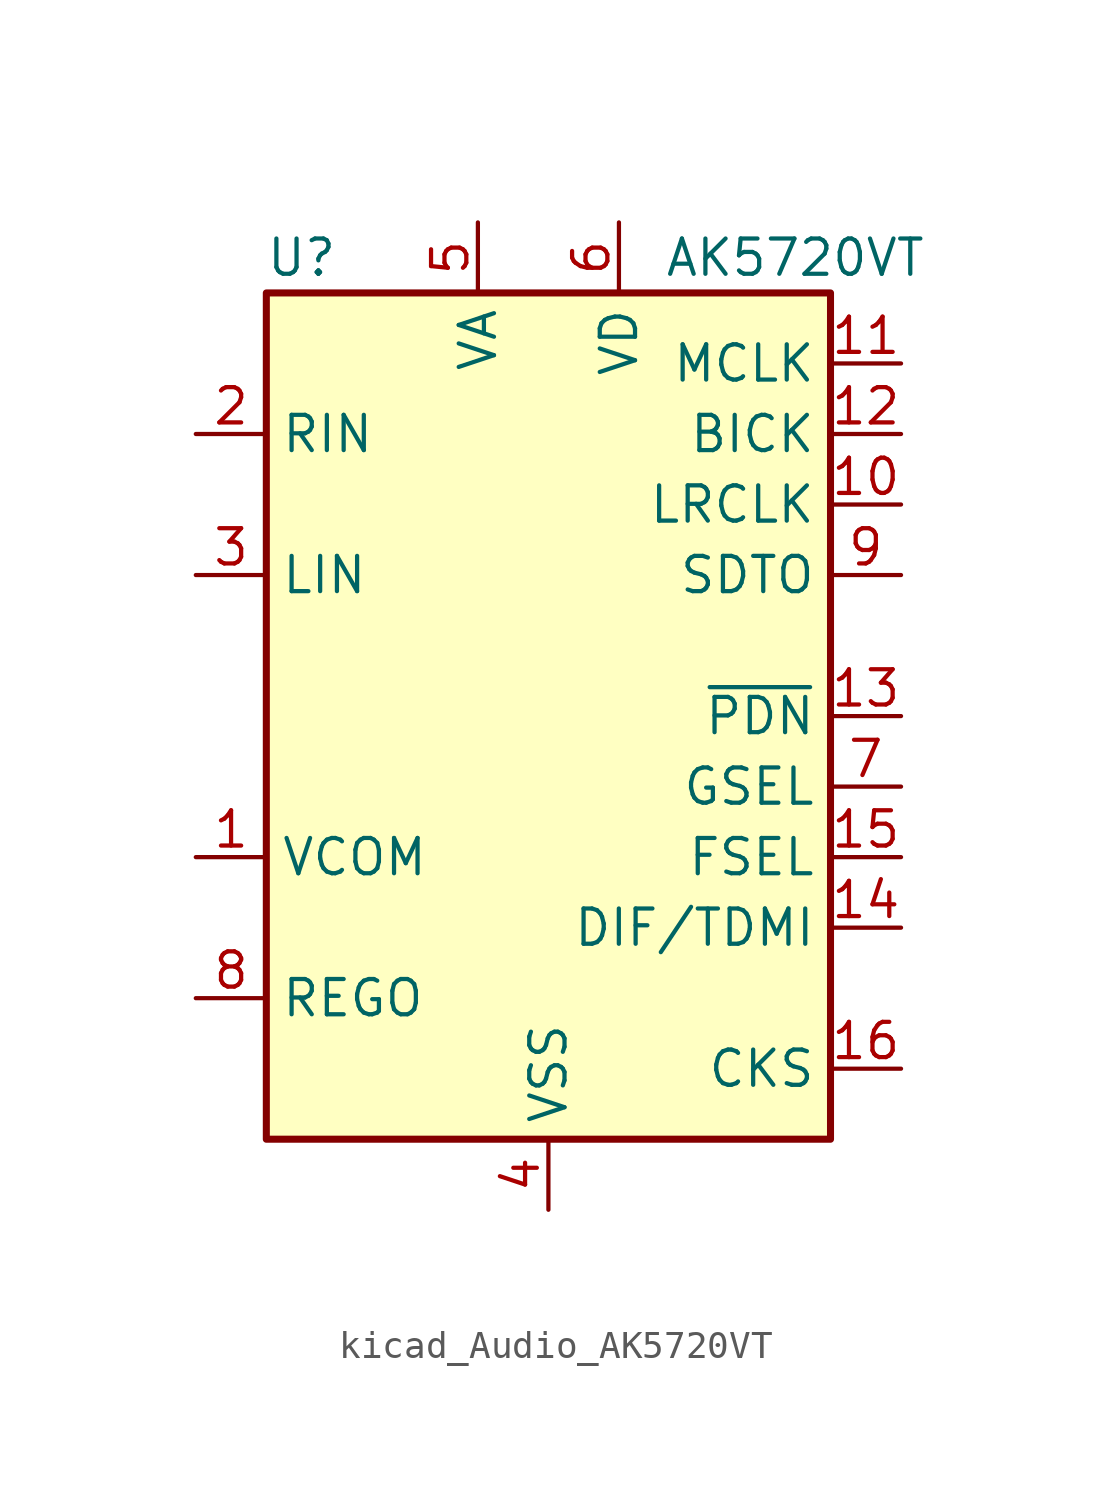
<source format=kicad_sym>
(kicad_symbol_lib
  (version 20220914)
  (generator kicad_symbol_editor)
  (symbol "kicad_Audio_AK5720VT"
    (property "Reference" "U"
      (at -8.89 16.51 0)
      (effects (font (size 1.27 1.27))))
    (property "Value" "AK5720VT"
      (at 8.89 16.51 0)
      (effects (font (size 1.27 1.27))))
    (symbol "kicad_Audio_AK5720VT_0_1"
      (rectangle (start -10.16 15.24) (end 10.16 -15.24) (stroke (width 0.254) (type default)) (fill (type background))))
    (symbol "kicad_Audio_AK5720VT_1_1"
      (pin passive line (at -12.7 -5.08 0) (length 2.54) (name "VCOM" (effects (font (size 1.27 1.27)))) (number "1" (effects (font (size 1.27 1.27)))))
      (pin bidirectional line (at 12.7 7.62 180) (length 2.54) (name "LRCLK" (effects (font (size 1.27 1.27)))) (number "10" (effects (font (size 1.27 1.27)))))
      (pin input line (at 12.7 12.7 180) (length 2.54) (name "MCLK" (effects (font (size 1.27 1.27)))) (number "11" (effects (font (size 1.27 1.27)))))
      (pin bidirectional line (at 12.7 10.16 180) (length 2.54) (name "BICK" (effects (font (size 1.27 1.27)))) (number "12" (effects (font (size 1.27 1.27)))))
      (pin input line (at 12.7 0 180) (length 2.54) (name "~{PDN}" (effects (font (size 1.27 1.27)))) (number "13" (effects (font (size 1.27 1.27)))))
      (pin input line (at 12.7 -7.62 180) (length 2.54) (name "DIF/TDMI" (effects (font (size 1.27 1.27)))) (number "14" (effects (font (size 1.27 1.27)))))
      (pin input line (at 12.7 -5.08 180) (length 2.54) (name "FSEL" (effects (font (size 1.27 1.27)))) (number "15" (effects (font (size 1.27 1.27)))))
      (pin input line (at 12.7 -12.7 180) (length 2.54) (name "CKS" (effects (font (size 1.27 1.27)))) (number "16" (effects (font (size 1.27 1.27)))))
      (pin input line (at -12.7 10.16 0) (length 2.54) (name "RIN" (effects (font (size 1.27 1.27)))) (number "2" (effects (font (size 1.27 1.27)))))
      (pin input line (at -12.7 5.08 0) (length 2.54) (name "LIN" (effects (font (size 1.27 1.27)))) (number "3" (effects (font (size 1.27 1.27)))))
      (pin power_in line (at 0 -17.78 90) (length 2.54) (name "VSS" (effects (font (size 1.27 1.27)))) (number "4" (effects (font (size 1.27 1.27)))))
      (pin power_in line (at -2.54 17.78 270) (length 2.54) (name "VA" (effects (font (size 1.27 1.27)))) (number "5" (effects (font (size 1.27 1.27)))))
      (pin power_in line (at 2.54 17.78 270) (length 2.54) (name "VD" (effects (font (size 1.27 1.27)))) (number "6" (effects (font (size 1.27 1.27)))))
      (pin input line (at 12.7 -2.54 180) (length 2.54) (name "GSEL" (effects (font (size 1.27 1.27)))) (number "7" (effects (font (size 1.27 1.27)))))
      (pin passive line (at -12.7 -10.16 0) (length 2.54) (name "REGO" (effects (font (size 1.27 1.27)))) (number "8" (effects (font (size 1.27 1.27)))))
      (pin output line (at 12.7 5.08 180) (length 2.54) (name "SDTO" (effects (font (size 1.27 1.27)))) (number "9" (effects (font (size 1.27 1.27))))))))
</source>
